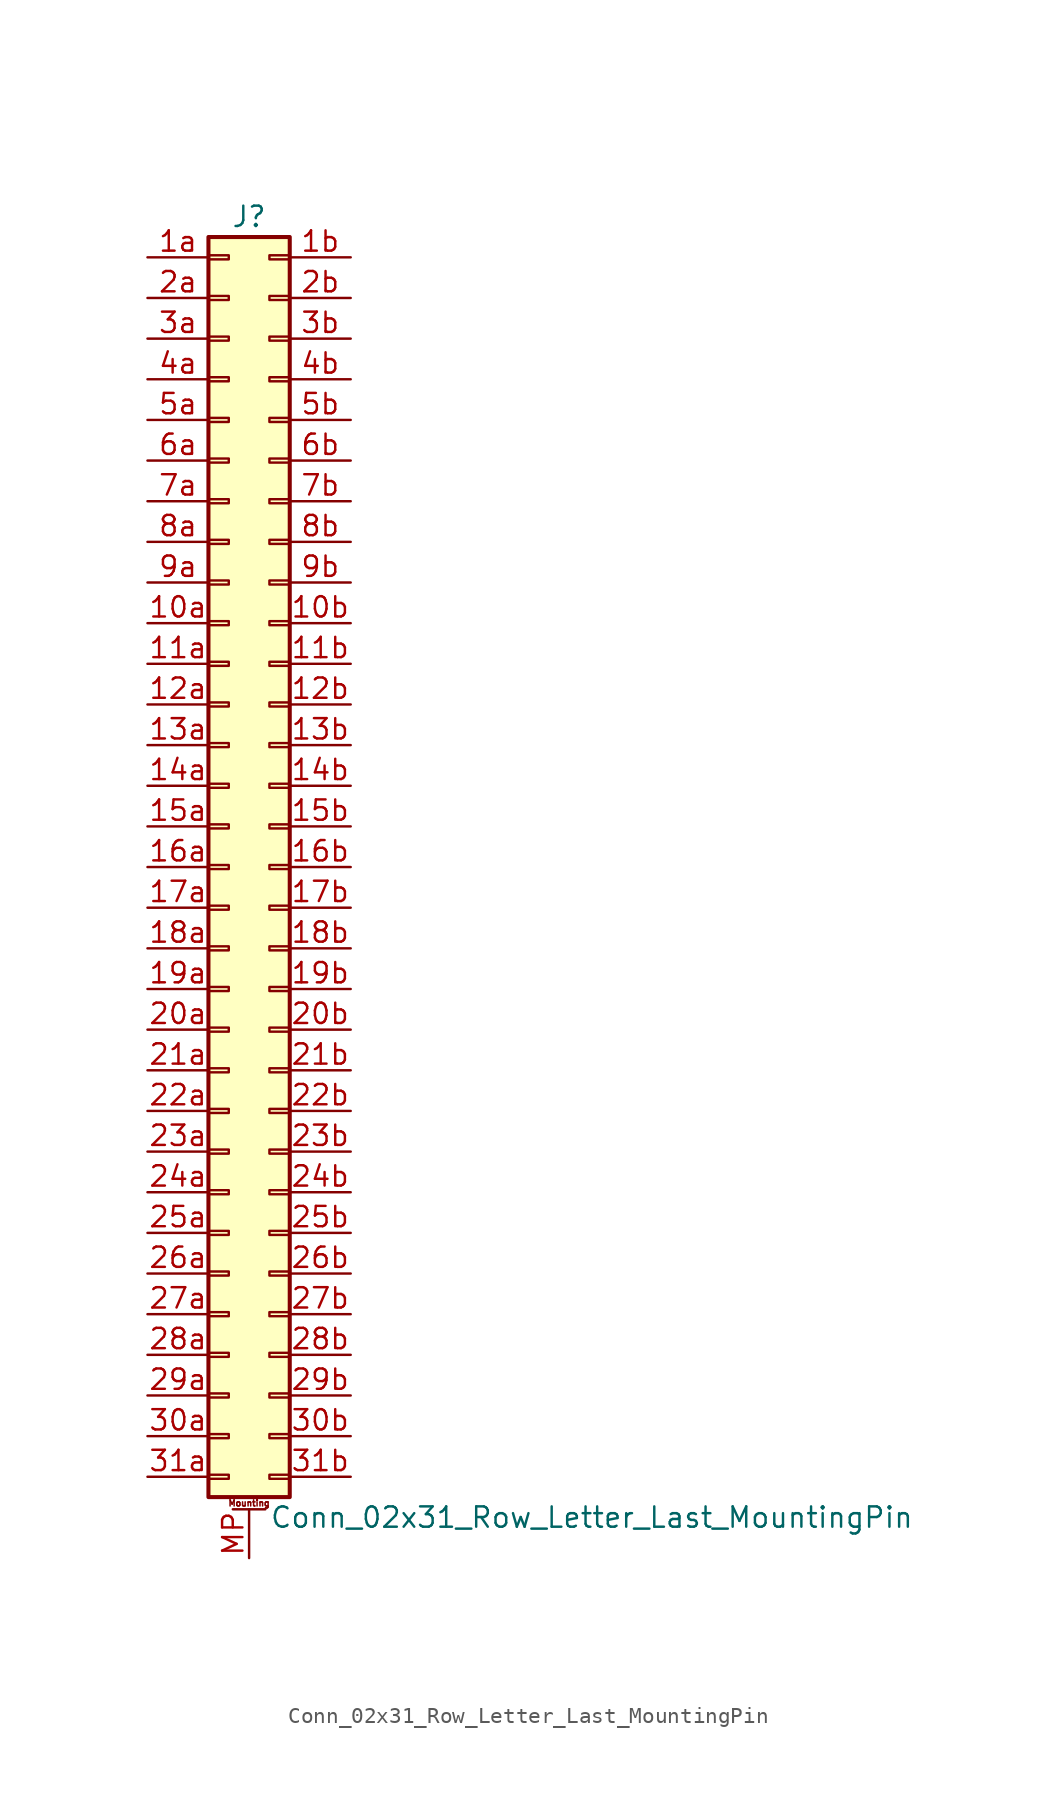
<source format=kicad_sym>
(kicad_symbol_lib
  (version 20220914)
  (generator kicad_symbol_editor)
  (symbol "Conn_02x31_Row_Letter_Last_MountingPin"
    (pin_names
      (offset 1.016) hide)
    (property "Reference" "J"
      (at 1.27 40.64 0)
      (effects (font (size 1.27 1.27))))
    (property "Value" "Conn_02x31_Row_Letter_Last_MountingPin"
      (at 2.54 -40.64 0)
      (effects (font (size 1.27 1.27)) (justify left)))
    (symbol "Conn_02x31_Row_Letter_Last_MountingPin_1_1"
      (rectangle (start -1.27 -37.973) (end 0 -38.227) (stroke (width 0.152) (type default)) (fill (type none)))
      (rectangle (start -1.27 -35.433) (end 0 -35.687) (stroke (width 0.152) (type default)) (fill (type none)))
      (rectangle (start -1.27 -32.893) (end 0 -33.147) (stroke (width 0.152) (type default)) (fill (type none)))
      (rectangle (start -1.27 -30.353) (end 0 -30.607) (stroke (width 0.152) (type default)) (fill (type none)))
      (rectangle (start -1.27 -27.813) (end 0 -28.067) (stroke (width 0.152) (type default)) (fill (type none)))
      (rectangle (start -1.27 -25.273) (end 0 -25.527) (stroke (width 0.152) (type default)) (fill (type none)))
      (rectangle (start -1.27 -22.733) (end 0 -22.987) (stroke (width 0.152) (type default)) (fill (type none)))
      (rectangle (start -1.27 -20.193) (end 0 -20.447) (stroke (width 0.152) (type default)) (fill (type none)))
      (rectangle (start -1.27 -17.653) (end 0 -17.907) (stroke (width 0.152) (type default)) (fill (type none)))
      (rectangle (start -1.27 -15.113) (end 0 -15.367) (stroke (width 0.152) (type default)) (fill (type none)))
      (rectangle (start -1.27 -12.573) (end 0 -12.827) (stroke (width 0.152) (type default)) (fill (type none)))
      (rectangle (start -1.27 -10.033) (end 0 -10.287) (stroke (width 0.152) (type default)) (fill (type none)))
      (rectangle (start -1.27 -7.493) (end 0 -7.747) (stroke (width 0.152) (type default)) (fill (type none)))
      (rectangle (start -1.27 -4.953) (end 0 -5.207) (stroke (width 0.152) (type default)) (fill (type none)))
      (rectangle (start -1.27 -2.413) (end 0 -2.667) (stroke (width 0.152) (type default)) (fill (type none)))
      (rectangle (start -1.27 0.127) (end 0 -0.127) (stroke (width 0.152) (type default)) (fill (type none)))
      (rectangle (start -1.27 2.667) (end 0 2.413) (stroke (width 0.152) (type default)) (fill (type none)))
      (rectangle (start -1.27 5.207) (end 0 4.953) (stroke (width 0.152) (type default)) (fill (type none)))
      (rectangle (start -1.27 7.747) (end 0 7.493) (stroke (width 0.152) (type default)) (fill (type none)))
      (rectangle (start -1.27 10.287) (end 0 10.033) (stroke (width 0.152) (type default)) (fill (type none)))
      (rectangle (start -1.27 12.827) (end 0 12.573) (stroke (width 0.152) (type default)) (fill (type none)))
      (rectangle (start -1.27 15.367) (end 0 15.113) (stroke (width 0.152) (type default)) (fill (type none)))
      (rectangle (start -1.27 17.907) (end 0 17.653) (stroke (width 0.152) (type default)) (fill (type none)))
      (rectangle (start -1.27 20.447) (end 0 20.193) (stroke (width 0.152) (type default)) (fill (type none)))
      (rectangle (start -1.27 22.987) (end 0 22.733) (stroke (width 0.152) (type default)) (fill (type none)))
      (rectangle (start -1.27 25.527) (end 0 25.273) (stroke (width 0.152) (type default)) (fill (type none)))
      (rectangle (start -1.27 28.067) (end 0 27.813) (stroke (width 0.152) (type default)) (fill (type none)))
      (rectangle (start -1.27 30.607) (end 0 30.353) (stroke (width 0.152) (type default)) (fill (type none)))
      (rectangle (start -1.27 33.147) (end 0 32.893) (stroke (width 0.152) (type default)) (fill (type none)))
      (rectangle (start -1.27 35.687) (end 0 35.433) (stroke (width 0.152) (type default)) (fill (type none)))
      (rectangle (start -1.27 38.227) (end 0 37.973) (stroke (width 0.152) (type default)) (fill (type none)))
      (rectangle (start -1.27 39.37) (end 3.81 -39.37) (stroke (width 0.254) (type default)) (fill (type background)))
      (polyline (pts (xy 0.254 -40.132) (xy 2.286 -40.132)) (stroke (width 0.152) (type default)) (fill (type none)))
      (rectangle (start 3.81 -37.973) (end 2.54 -38.227) (stroke (width 0.152) (type default)) (fill (type none)))
      (rectangle (start 3.81 -35.433) (end 2.54 -35.687) (stroke (width 0.152) (type default)) (fill (type none)))
      (rectangle (start 3.81 -32.893) (end 2.54 -33.147) (stroke (width 0.152) (type default)) (fill (type none)))
      (rectangle (start 3.81 -30.353) (end 2.54 -30.607) (stroke (width 0.152) (type default)) (fill (type none)))
      (rectangle (start 3.81 -27.813) (end 2.54 -28.067) (stroke (width 0.152) (type default)) (fill (type none)))
      (rectangle (start 3.81 -25.273) (end 2.54 -25.527) (stroke (width 0.152) (type default)) (fill (type none)))
      (rectangle (start 3.81 -22.733) (end 2.54 -22.987) (stroke (width 0.152) (type default)) (fill (type none)))
      (rectangle (start 3.81 -20.193) (end 2.54 -20.447) (stroke (width 0.152) (type default)) (fill (type none)))
      (rectangle (start 3.81 -17.653) (end 2.54 -17.907) (stroke (width 0.152) (type default)) (fill (type none)))
      (rectangle (start 3.81 -15.113) (end 2.54 -15.367) (stroke (width 0.152) (type default)) (fill (type none)))
      (rectangle (start 3.81 -12.573) (end 2.54 -12.827) (stroke (width 0.152) (type default)) (fill (type none)))
      (rectangle (start 3.81 -10.033) (end 2.54 -10.287) (stroke (width 0.152) (type default)) (fill (type none)))
      (rectangle (start 3.81 -7.493) (end 2.54 -7.747) (stroke (width 0.152) (type default)) (fill (type none)))
      (rectangle (start 3.81 -4.953) (end 2.54 -5.207) (stroke (width 0.152) (type default)) (fill (type none)))
      (rectangle (start 3.81 -2.413) (end 2.54 -2.667) (stroke (width 0.152) (type default)) (fill (type none)))
      (rectangle (start 3.81 0.127) (end 2.54 -0.127) (stroke (width 0.152) (type default)) (fill (type none)))
      (rectangle (start 3.81 2.667) (end 2.54 2.413) (stroke (width 0.152) (type default)) (fill (type none)))
      (rectangle (start 3.81 5.207) (end 2.54 4.953) (stroke (width 0.152) (type default)) (fill (type none)))
      (rectangle (start 3.81 7.747) (end 2.54 7.493) (stroke (width 0.152) (type default)) (fill (type none)))
      (rectangle (start 3.81 10.287) (end 2.54 10.033) (stroke (width 0.152) (type default)) (fill (type none)))
      (rectangle (start 3.81 12.827) (end 2.54 12.573) (stroke (width 0.152) (type default)) (fill (type none)))
      (rectangle (start 3.81 15.367) (end 2.54 15.113) (stroke (width 0.152) (type default)) (fill (type none)))
      (rectangle (start 3.81 17.907) (end 2.54 17.653) (stroke (width 0.152) (type default)) (fill (type none)))
      (rectangle (start 3.81 20.447) (end 2.54 20.193) (stroke (width 0.152) (type default)) (fill (type none)))
      (rectangle (start 3.81 22.987) (end 2.54 22.733) (stroke (width 0.152) (type default)) (fill (type none)))
      (rectangle (start 3.81 25.527) (end 2.54 25.273) (stroke (width 0.152) (type default)) (fill (type none)))
      (rectangle (start 3.81 28.067) (end 2.54 27.813) (stroke (width 0.152) (type default)) (fill (type none)))
      (rectangle (start 3.81 30.607) (end 2.54 30.353) (stroke (width 0.152) (type default)) (fill (type none)))
      (rectangle (start 3.81 33.147) (end 2.54 32.893) (stroke (width 0.152) (type default)) (fill (type none)))
      (rectangle (start 3.81 35.687) (end 2.54 35.433) (stroke (width 0.152) (type default)) (fill (type none)))
      (rectangle (start 3.81 38.227) (end 2.54 37.973) (stroke (width 0.152) (type default)) (fill (type none)))
      (text "Mounting" (at 1.27 -39.751 0) (effects (font (size 0.381 0.381))))
      (pin passive line (at -5.08 15.24 0) (length 3.81) (name "Pin_10a" (effects (font (size 1.27 1.27)))) (number "10a" (effects (font (size 1.27 1.27)))))
      (pin passive line (at 7.62 15.24 180) (length 3.81) (name "Pin_10b" (effects (font (size 1.27 1.27)))) (number "10b" (effects (font (size 1.27 1.27)))))
      (pin passive line (at -5.08 12.7 0) (length 3.81) (name "Pin_11a" (effects (font (size 1.27 1.27)))) (number "11a" (effects (font (size 1.27 1.27)))))
      (pin passive line (at 7.62 12.7 180) (length 3.81) (name "Pin_11b" (effects (font (size 1.27 1.27)))) (number "11b" (effects (font (size 1.27 1.27)))))
      (pin passive line (at -5.08 10.16 0) (length 3.81) (name "Pin_12a" (effects (font (size 1.27 1.27)))) (number "12a" (effects (font (size 1.27 1.27)))))
      (pin passive line (at 7.62 10.16 180) (length 3.81) (name "Pin_12b" (effects (font (size 1.27 1.27)))) (number "12b" (effects (font (size 1.27 1.27)))))
      (pin passive line (at -5.08 7.62 0) (length 3.81) (name "Pin_13a" (effects (font (size 1.27 1.27)))) (number "13a" (effects (font (size 1.27 1.27)))))
      (pin passive line (at 7.62 7.62 180) (length 3.81) (name "Pin_13b" (effects (font (size 1.27 1.27)))) (number "13b" (effects (font (size 1.27 1.27)))))
      (pin passive line (at -5.08 5.08 0) (length 3.81) (name "Pin_14a" (effects (font (size 1.27 1.27)))) (number "14a" (effects (font (size 1.27 1.27)))))
      (pin passive line (at 7.62 5.08 180) (length 3.81) (name "Pin_14b" (effects (font (size 1.27 1.27)))) (number "14b" (effects (font (size 1.27 1.27)))))
      (pin passive line (at -5.08 2.54 0) (length 3.81) (name "Pin_15a" (effects (font (size 1.27 1.27)))) (number "15a" (effects (font (size 1.27 1.27)))))
      (pin passive line (at 7.62 2.54 180) (length 3.81) (name "Pin_15b" (effects (font (size 1.27 1.27)))) (number "15b" (effects (font (size 1.27 1.27)))))
      (pin passive line (at -5.08 0 0) (length 3.81) (name "Pin_16a" (effects (font (size 1.27 1.27)))) (number "16a" (effects (font (size 1.27 1.27)))))
      (pin passive line (at 7.62 0 180) (length 3.81) (name "Pin_16b" (effects (font (size 1.27 1.27)))) (number "16b" (effects (font (size 1.27 1.27)))))
      (pin passive line (at -5.08 -2.54 0) (length 3.81) (name "Pin_17a" (effects (font (size 1.27 1.27)))) (number "17a" (effects (font (size 1.27 1.27)))))
      (pin passive line (at 7.62 -2.54 180) (length 3.81) (name "Pin_17b" (effects (font (size 1.27 1.27)))) (number "17b" (effects (font (size 1.27 1.27)))))
      (pin passive line (at -5.08 -5.08 0) (length 3.81) (name "Pin_18a" (effects (font (size 1.27 1.27)))) (number "18a" (effects (font (size 1.27 1.27)))))
      (pin passive line (at 7.62 -5.08 180) (length 3.81) (name "Pin_18b" (effects (font (size 1.27 1.27)))) (number "18b" (effects (font (size 1.27 1.27)))))
      (pin passive line (at -5.08 -7.62 0) (length 3.81) (name "Pin_19a" (effects (font (size 1.27 1.27)))) (number "19a" (effects (font (size 1.27 1.27)))))
      (pin passive line (at 7.62 -7.62 180) (length 3.81) (name "Pin_19b" (effects (font (size 1.27 1.27)))) (number "19b" (effects (font (size 1.27 1.27)))))
      (pin passive line (at -5.08 38.1 0) (length 3.81) (name "Pin_1a" (effects (font (size 1.27 1.27)))) (number "1a" (effects (font (size 1.27 1.27)))))
      (pin passive line (at 7.62 38.1 180) (length 3.81) (name "Pin_1b" (effects (font (size 1.27 1.27)))) (number "1b" (effects (font (size 1.27 1.27)))))
      (pin passive line (at -5.08 -10.16 0) (length 3.81) (name "Pin_20a" (effects (font (size 1.27 1.27)))) (number "20a" (effects (font (size 1.27 1.27)))))
      (pin passive line (at 7.62 -10.16 180) (length 3.81) (name "Pin_20b" (effects (font (size 1.27 1.27)))) (number "20b" (effects (font (size 1.27 1.27)))))
      (pin passive line (at -5.08 -12.7 0) (length 3.81) (name "Pin_21a" (effects (font (size 1.27 1.27)))) (number "21a" (effects (font (size 1.27 1.27)))))
      (pin passive line (at 7.62 -12.7 180) (length 3.81) (name "Pin_21b" (effects (font (size 1.27 1.27)))) (number "21b" (effects (font (size 1.27 1.27)))))
      (pin passive line (at -5.08 -15.24 0) (length 3.81) (name "Pin_22a" (effects (font (size 1.27 1.27)))) (number "22a" (effects (font (size 1.27 1.27)))))
      (pin passive line (at 7.62 -15.24 180) (length 3.81) (name "Pin_22b" (effects (font (size 1.27 1.27)))) (number "22b" (effects (font (size 1.27 1.27)))))
      (pin passive line (at -5.08 -17.78 0) (length 3.81) (name "Pin_23a" (effects (font (size 1.27 1.27)))) (number "23a" (effects (font (size 1.27 1.27)))))
      (pin passive line (at 7.62 -17.78 180) (length 3.81) (name "Pin_23b" (effects (font (size 1.27 1.27)))) (number "23b" (effects (font (size 1.27 1.27)))))
      (pin passive line (at -5.08 -20.32 0) (length 3.81) (name "Pin_24a" (effects (font (size 1.27 1.27)))) (number "24a" (effects (font (size 1.27 1.27)))))
      (pin passive line (at 7.62 -20.32 180) (length 3.81) (name "Pin_24b" (effects (font (size 1.27 1.27)))) (number "24b" (effects (font (size 1.27 1.27)))))
      (pin passive line (at -5.08 -22.86 0) (length 3.81) (name "Pin_25a" (effects (font (size 1.27 1.27)))) (number "25a" (effects (font (size 1.27 1.27)))))
      (pin passive line (at 7.62 -22.86 180) (length 3.81) (name "Pin_25b" (effects (font (size 1.27 1.27)))) (number "25b" (effects (font (size 1.27 1.27)))))
      (pin passive line (at -5.08 -25.4 0) (length 3.81) (name "Pin_26a" (effects (font (size 1.27 1.27)))) (number "26a" (effects (font (size 1.27 1.27)))))
      (pin passive line (at 7.62 -25.4 180) (length 3.81) (name "Pin_26b" (effects (font (size 1.27 1.27)))) (number "26b" (effects (font (size 1.27 1.27)))))
      (pin passive line (at -5.08 -27.94 0) (length 3.81) (name "Pin_27a" (effects (font (size 1.27 1.27)))) (number "27a" (effects (font (size 1.27 1.27)))))
      (pin passive line (at 7.62 -27.94 180) (length 3.81) (name "Pin_27b" (effects (font (size 1.27 1.27)))) (number "27b" (effects (font (size 1.27 1.27)))))
      (pin passive line (at -5.08 -30.48 0) (length 3.81) (name "Pin_28a" (effects (font (size 1.27 1.27)))) (number "28a" (effects (font (size 1.27 1.27)))))
      (pin passive line (at 7.62 -30.48 180) (length 3.81) (name "Pin_28b" (effects (font (size 1.27 1.27)))) (number "28b" (effects (font (size 1.27 1.27)))))
      (pin passive line (at -5.08 -33.02 0) (length 3.81) (name "Pin_29a" (effects (font (size 1.27 1.27)))) (number "29a" (effects (font (size 1.27 1.27)))))
      (pin passive line (at 7.62 -33.02 180) (length 3.81) (name "Pin_29b" (effects (font (size 1.27 1.27)))) (number "29b" (effects (font (size 1.27 1.27)))))
      (pin passive line (at -5.08 35.56 0) (length 3.81) (name "Pin_2a" (effects (font (size 1.27 1.27)))) (number "2a" (effects (font (size 1.27 1.27)))))
      (pin passive line (at 7.62 35.56 180) (length 3.81) (name "Pin_2b" (effects (font (size 1.27 1.27)))) (number "2b" (effects (font (size 1.27 1.27)))))
      (pin passive line (at -5.08 -35.56 0) (length 3.81) (name "Pin_30a" (effects (font (size 1.27 1.27)))) (number "30a" (effects (font (size 1.27 1.27)))))
      (pin passive line (at 7.62 -35.56 180) (length 3.81) (name "Pin_30b" (effects (font (size 1.27 1.27)))) (number "30b" (effects (font (size 1.27 1.27)))))
      (pin passive line (at -5.08 -38.1 0) (length 3.81) (name "Pin_31a" (effects (font (size 1.27 1.27)))) (number "31a" (effects (font (size 1.27 1.27)))))
      (pin passive line (at 7.62 -38.1 180) (length 3.81) (name "Pin_31b" (effects (font (size 1.27 1.27)))) (number "31b" (effects (font (size 1.27 1.27)))))
      (pin passive line (at -5.08 33.02 0) (length 3.81) (name "Pin_3a" (effects (font (size 1.27 1.27)))) (number "3a" (effects (font (size 1.27 1.27)))))
      (pin passive line (at 7.62 33.02 180) (length 3.81) (name "Pin_3b" (effects (font (size 1.27 1.27)))) (number "3b" (effects (font (size 1.27 1.27)))))
      (pin passive line (at -5.08 30.48 0) (length 3.81) (name "Pin_4a" (effects (font (size 1.27 1.27)))) (number "4a" (effects (font (size 1.27 1.27)))))
      (pin passive line (at 7.62 30.48 180) (length 3.81) (name "Pin_4b" (effects (font (size 1.27 1.27)))) (number "4b" (effects (font (size 1.27 1.27)))))
      (pin passive line (at -5.08 27.94 0) (length 3.81) (name "Pin_5a" (effects (font (size 1.27 1.27)))) (number "5a" (effects (font (size 1.27 1.27)))))
      (pin passive line (at 7.62 27.94 180) (length 3.81) (name "Pin_5b" (effects (font (size 1.27 1.27)))) (number "5b" (effects (font (size 1.27 1.27)))))
      (pin passive line (at -5.08 25.4 0) (length 3.81) (name "Pin_6a" (effects (font (size 1.27 1.27)))) (number "6a" (effects (font (size 1.27 1.27)))))
      (pin passive line (at 7.62 25.4 180) (length 3.81) (name "Pin_6b" (effects (font (size 1.27 1.27)))) (number "6b" (effects (font (size 1.27 1.27)))))
      (pin passive line (at -5.08 22.86 0) (length 3.81) (name "Pin_7a" (effects (font (size 1.27 1.27)))) (number "7a" (effects (font (size 1.27 1.27)))))
      (pin passive line (at 7.62 22.86 180) (length 3.81) (name "Pin_7b" (effects (font (size 1.27 1.27)))) (number "7b" (effects (font (size 1.27 1.27)))))
      (pin passive line (at -5.08 20.32 0) (length 3.81) (name "Pin_8a" (effects (font (size 1.27 1.27)))) (number "8a" (effects (font (size 1.27 1.27)))))
      (pin passive line (at 7.62 20.32 180) (length 3.81) (name "Pin_8b" (effects (font (size 1.27 1.27)))) (number "8b" (effects (font (size 1.27 1.27)))))
      (pin passive line (at -5.08 17.78 0) (length 3.81) (name "Pin_9a" (effects (font (size 1.27 1.27)))) (number "9a" (effects (font (size 1.27 1.27)))))
      (pin passive line (at 7.62 17.78 180) (length 3.81) (name "Pin_9b" (effects (font (size 1.27 1.27)))) (number "9b" (effects (font (size 1.27 1.27)))))
      (pin passive line (at 1.27 -43.18 90) (length 3.048) (name "MountPin" (effects (font (size 1.27 1.27)))) (number "MP" (effects (font (size 1.27 1.27))))))))
</source>
